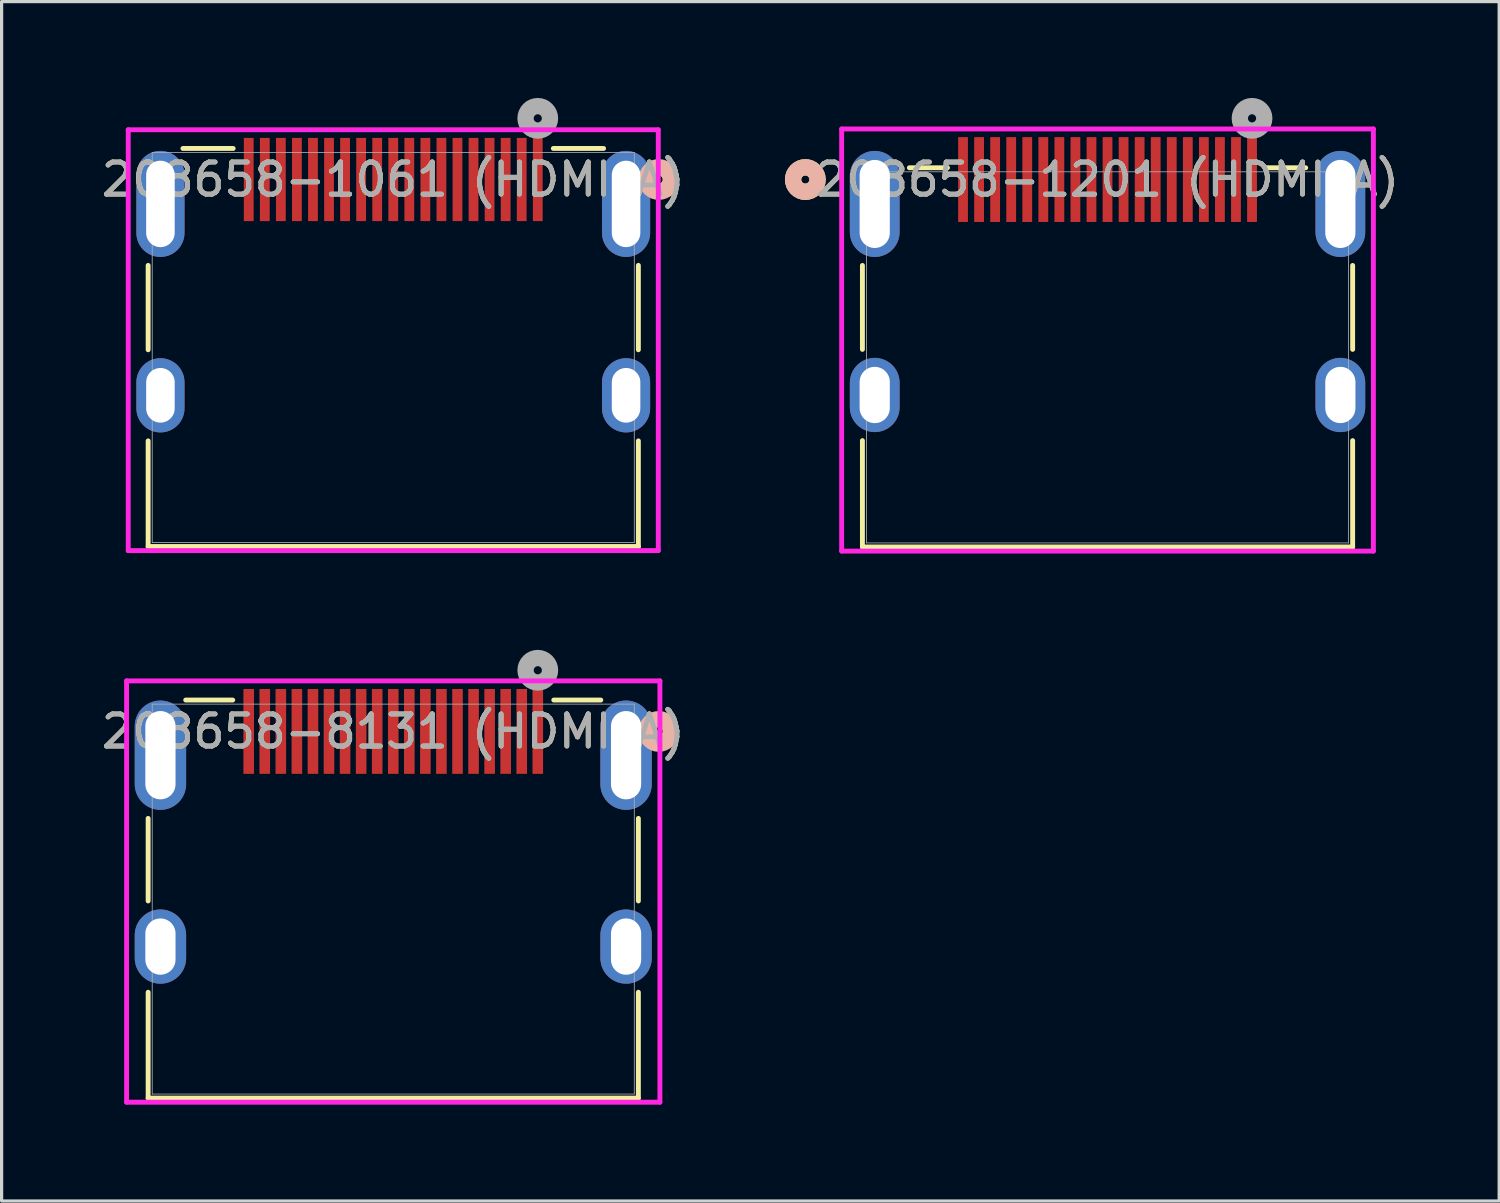
<source format=kicad_pcb>
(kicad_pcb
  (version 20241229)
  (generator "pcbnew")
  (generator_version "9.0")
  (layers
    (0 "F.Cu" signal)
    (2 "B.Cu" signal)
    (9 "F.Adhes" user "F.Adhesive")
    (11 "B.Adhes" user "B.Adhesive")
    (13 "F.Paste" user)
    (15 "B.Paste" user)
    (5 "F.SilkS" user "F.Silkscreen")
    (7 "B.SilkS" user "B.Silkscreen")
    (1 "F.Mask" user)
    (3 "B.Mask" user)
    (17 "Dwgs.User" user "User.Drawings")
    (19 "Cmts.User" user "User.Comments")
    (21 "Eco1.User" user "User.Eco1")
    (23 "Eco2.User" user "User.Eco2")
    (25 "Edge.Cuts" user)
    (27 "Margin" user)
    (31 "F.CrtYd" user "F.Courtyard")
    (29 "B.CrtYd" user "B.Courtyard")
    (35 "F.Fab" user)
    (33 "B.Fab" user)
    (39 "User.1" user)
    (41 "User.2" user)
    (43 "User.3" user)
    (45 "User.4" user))
  (footprint "208658-1061 (HDMI A)"
    (layer "F.Cu")
    (at 9.196 7.771)
    (property "Reference" "208658-1061 (HDMI A)" (at 0 -5.231 0) (unlocked yes) (layer "F.SilkS") (effects (font (size 1 1) (thickness 0.15))))
    (attr smd)
    (fp_line (start -7.633 -2.557) (end -7.633 0.071) (stroke (width 0.152) (type solid)) (layer "F.SilkS"))
    (fp_line (start -7.633 2.908) (end -7.633 6.198) (stroke (width 0.152) (type solid)) (layer "F.SilkS"))
    (fp_line (start -7.633 6.198) (end 7.633 6.198) (stroke (width 0.152) (type solid)) (layer "F.SilkS"))
    (fp_line (start -4.985 -6.198) (end -6.55 -6.198) (stroke (width 0.152) (type solid)) (layer "F.SilkS"))
    (fp_line (start 6.55 -6.198) (end 4.985 -6.198) (stroke (width 0.152) (type solid)) (layer "F.SilkS"))
    (fp_line (start 7.633 0.071) (end 7.633 -2.557) (stroke (width 0.152) (type solid)) (layer "F.SilkS"))
    (fp_line (start 7.633 6.198) (end 7.633 2.908) (stroke (width 0.152) (type solid)) (layer "F.SilkS"))
    (fp_arc (start 8.499556 -5.53293) (mid 8.609386 -5.399157) (end 8.6487 -5.230599) (stroke (width 0.508) (type solid)) (layer "F.SilkS"))
    (fp_arc (start 8.6487 -5.230599) (mid 8.61224 -5.067955) (end 8.509838 -4.936439) (stroke (width 0.508) (type solid)) (layer "F.SilkS"))
    (fp_circle (center 8.268 -5.231) (end 8.649 -5.231) (stroke (width 0.508) (type solid)) (fill no) (layer "B.SilkS"))
    (fp_line (start -8.253 -6.78) (end -8.253 6.325) (stroke (width 0.152) (type solid)) (layer "F.CrtYd"))
    (fp_line (start -8.253 6.325) (end 8.253 6.325) (stroke (width 0.152) (type solid)) (layer "F.CrtYd"))
    (fp_line (start 8.253 -6.78) (end -8.253 -6.78) (stroke (width 0.152) (type solid)) (layer "F.CrtYd"))
    (fp_line (start 8.253 6.325) (end 8.253 -6.78) (stroke (width 0.152) (type solid)) (layer "F.CrtYd"))
    (fp_line (start -7.506 -6.071) (end -7.506 6.071) (stroke (width 0.025) (type solid)) (layer "F.Fab"))
    (fp_line (start -7.506 6.071) (end 7.506 6.071) (stroke (width 0.025) (type solid)) (layer "F.Fab"))
    (fp_line (start 7.506 -6.071) (end -7.506 -6.071) (stroke (width 0.025) (type solid)) (layer "F.Fab"))
    (fp_line (start 7.506 6.071) (end 7.506 -6.071) (stroke (width 0.025) (type solid)) (layer "F.Fab"))
    (fp_circle (center 4.5 -7.136) (end 4.881 -7.136) (stroke (width 0.508) (type solid)) (fill no) (layer "F.Fab"))
    (fp_text user "${REFERENCE}" (at 0 -5.231 0) (unlocked yes) (layer "F.Fab") (effects (font (size 1 1) (thickness 0.15))))
    (pad "" np_thru_hole oval (at -7.25 -4.471) (size 1.499 3.302) (drill oval 0.889 2.692) (layers "*.Cu" "*.Mask"))
    (pad "" np_thru_hole oval (at -7.25 1.489) (size 1.499 2.311) (drill oval 0.889 1.702) (layers "*.Cu" "*.Mask"))
    (pad "" np_thru_hole oval (at 7.25 -4.471) (size 1.499 3.302) (drill oval 0.889 2.692) (layers "*.Cu" "*.Mask"))
    (pad "" np_thru_hole oval (at 7.25 1.489) (size 1.499 2.311) (drill oval 0.889 1.702) (layers "*.Cu" "*.Mask"))
    (pad "1" smd rect (at 4.5 -5.231) (size 0.305 2.591) (layers "F.Cu" "F.Mask" "F.Paste"))
    (pad "2" smd rect (at 4 -5.231) (size 0.305 2.591) (layers "F.Cu" "F.Mask" "F.Paste"))
    (pad "3" smd rect (at 3.5 -5.231) (size 0.305 2.591) (layers "F.Cu" "F.Mask" "F.Paste"))
    (pad "4" smd rect (at 3 -5.231) (size 0.305 2.591) (layers "F.Cu" "F.Mask" "F.Paste"))
    (pad "5" smd rect (at 2.5 -5.231) (size 0.305 2.591) (layers "F.Cu" "F.Mask" "F.Paste"))
    (pad "6" smd rect (at 2 -5.231) (size 0.305 2.591) (layers "F.Cu" "F.Mask" "F.Paste"))
    (pad "7" smd rect (at 1.5 -5.231) (size 0.305 2.591) (layers "F.Cu" "F.Mask" "F.Paste"))
    (pad "8" smd rect (at 1 -5.231) (size 0.305 2.591) (layers "F.Cu" "F.Mask" "F.Paste"))
    (pad "9" smd rect (at 0.5 -5.231) (size 0.305 2.591) (layers "F.Cu" "F.Mask" "F.Paste"))
    (pad "10" smd rect (at 0 -5.231) (size 0.305 2.591) (layers "F.Cu" "F.Mask" "F.Paste"))
    (pad "11" smd rect (at -0.5 -5.231) (size 0.305 2.591) (layers "F.Cu" "F.Mask" "F.Paste"))
    (pad "12" smd rect (at -1 -5.231) (size 0.305 2.591) (layers "F.Cu" "F.Mask" "F.Paste"))
    (pad "13" smd rect (at -1.5 -5.231) (size 0.305 2.591) (layers "F.Cu" "F.Mask" "F.Paste"))
    (pad "14" smd rect (at -2 -5.231) (size 0.305 2.591) (layers "F.Cu" "F.Mask" "F.Paste"))
    (pad "15" smd rect (at -2.5 -5.231) (size 0.305 2.591) (layers "F.Cu" "F.Mask" "F.Paste"))
    (pad "16" smd rect (at -3 -5.231) (size 0.305 2.591) (layers "F.Cu" "F.Mask" "F.Paste"))
    (pad "17" smd rect (at -3.5 -5.231) (size 0.305 2.591) (layers "F.Cu" "F.Mask" "F.Paste"))
    (pad "18" smd rect (at -4 -5.231) (size 0.305 2.591) (layers "F.Cu" "F.Mask" "F.Paste"))
    (pad "19" smd rect (at -4.5 -5.231) (size 0.305 2.591) (layers "F.Cu" "F.Mask" "F.Paste")))
  (footprint "208658-1201 (HDMI A)"
    (layer "F.Cu")
    (at 31.439 8.079)
    (property "Reference" "208658-1201 (HDMI A)" (at 0 -5.538 0) (unlocked yes) (layer "F.SilkS") (effects (font (size 1 1) (thickness 0.15))))
    (attr smd)
    (fp_line (start -7.633 -2.863) (end -7.633 -0.249) (stroke (width 0.152) (type solid)) (layer "F.SilkS"))
    (fp_line (start -7.633 2.592) (end -7.633 5.905) (stroke (width 0.152) (type solid)) (layer "F.SilkS"))
    (fp_line (start -7.633 5.905) (end 7.633 5.905) (stroke (width 0.152) (type solid)) (layer "F.SilkS"))
    (fp_line (start -4.985 -5.905) (end -6.171 -5.905) (stroke (width 0.152) (type solid)) (layer "F.SilkS"))
    (fp_line (start 6.171 -5.905) (end 4.985 -5.905) (stroke (width 0.152) (type solid)) (layer "F.SilkS"))
    (fp_line (start 7.633 -0.249) (end 7.633 -2.863) (stroke (width 0.152) (type solid)) (layer "F.SilkS"))
    (fp_line (start 7.633 5.905) (end 7.633 2.592) (stroke (width 0.152) (type solid)) (layer "F.SilkS"))
    (fp_circle (center -9.411 -5.538) (end -9.03 -5.538) (stroke (width 0.508) (type solid)) (fill no) (layer "F.SilkS"))
    (fp_circle (center -9.411 -5.538) (end -9.03 -5.538) (stroke (width 0.508) (type solid)) (fill no) (layer "B.SilkS"))
    (fp_line (start -8.279 -7.113) (end -8.279 6.032) (stroke (width 0.152) (type solid)) (layer "F.CrtYd"))
    (fp_line (start -8.279 6.032) (end 8.279 6.032) (stroke (width 0.152) (type solid)) (layer "F.CrtYd"))
    (fp_line (start 8.279 -7.113) (end -8.279 -7.113) (stroke (width 0.152) (type solid)) (layer "F.CrtYd"))
    (fp_line (start 8.279 6.032) (end 8.279 -7.113) (stroke (width 0.152) (type solid)) (layer "F.CrtYd"))
    (fp_line (start -7.506 -5.779) (end -7.506 5.779) (stroke (width 0.025) (type solid)) (layer "F.Fab"))
    (fp_line (start -7.506 5.779) (end 7.506 5.779) (stroke (width 0.025) (type solid)) (layer "F.Fab"))
    (fp_line (start 7.506 -5.779) (end -7.506 -5.779) (stroke (width 0.025) (type solid)) (layer "F.Fab"))
    (fp_line (start 7.506 5.779) (end 7.506 -5.779) (stroke (width 0.025) (type solid)) (layer "F.Fab"))
    (fp_circle (center 4.5 -7.444) (end 4.881 -7.444) (stroke (width 0.508) (type solid)) (fill no) (layer "F.Fab"))
    (fp_text user "${REFERENCE}" (at 0 -5.538 0) (unlocked yes) (layer "F.Fab") (effects (font (size 1 1) (thickness 0.15))))
    (pad "" np_thru_hole oval (at -7.25 -4.778) (size 1.549 3.302) (drill oval 0.94 2.743) (layers "*.Cu" "*.Mask"))
    (pad "" np_thru_hole oval (at -7.25 1.171) (size 1.549 2.311) (drill oval 0.94 1.753) (layers "*.Cu" "*.Mask"))
    (pad "" np_thru_hole oval (at 7.25 -4.778) (size 1.549 3.302) (drill oval 0.94 2.743) (layers "*.Cu" "*.Mask"))
    (pad "" np_thru_hole oval (at 7.25 1.171) (size 1.549 2.311) (drill oval 0.94 1.753) (layers "*.Cu" "*.Mask"))
    (pad "1" smd rect (at 4.5 -5.538) (size 0.305 2.642) (layers "F.Cu" "F.Mask" "F.Paste"))
    (pad "2" smd rect (at 4 -5.538) (size 0.305 2.642) (layers "F.Cu" "F.Mask" "F.Paste"))
    (pad "3" smd rect (at 3.5 -5.538) (size 0.305 2.642) (layers "F.Cu" "F.Mask" "F.Paste"))
    (pad "4" smd rect (at 3 -5.538) (size 0.305 2.642) (layers "F.Cu" "F.Mask" "F.Paste"))
    (pad "5" smd rect (at 2.5 -5.538) (size 0.305 2.642) (layers "F.Cu" "F.Mask" "F.Paste"))
    (pad "6" smd rect (at 2 -5.538) (size 0.305 2.642) (layers "F.Cu" "F.Mask" "F.Paste"))
    (pad "7" smd rect (at 1.5 -5.538) (size 0.305 2.642) (layers "F.Cu" "F.Mask" "F.Paste"))
    (pad "8" smd rect (at 1 -5.538) (size 0.305 2.642) (layers "F.Cu" "F.Mask" "F.Paste"))
    (pad "9" smd rect (at 0.5 -5.538) (size 0.305 2.642) (layers "F.Cu" "F.Mask" "F.Paste"))
    (pad "10" smd rect (at 0 -5.538) (size 0.305 2.642) (layers "F.Cu" "F.Mask" "F.Paste"))
    (pad "11" smd rect (at -0.5 -5.538) (size 0.305 2.642) (layers "F.Cu" "F.Mask" "F.Paste"))
    (pad "12" smd rect (at -1 -5.538) (size 0.305 2.642) (layers "F.Cu" "F.Mask" "F.Paste"))
    (pad "13" smd rect (at -1.5 -5.538) (size 0.305 2.642) (layers "F.Cu" "F.Mask" "F.Paste"))
    (pad "14" smd rect (at -2 -5.538) (size 0.305 2.642) (layers "F.Cu" "F.Mask" "F.Paste"))
    (pad "15" smd rect (at -2.5 -5.538) (size 0.305 2.642) (layers "F.Cu" "F.Mask" "F.Paste"))
    (pad "16" smd rect (at -3 -5.538) (size 0.305 2.642) (layers "F.Cu" "F.Mask" "F.Paste"))
    (pad "17" smd rect (at -3.5 -5.538) (size 0.305 2.642) (layers "F.Cu" "F.Mask" "F.Paste"))
    (pad "18" smd rect (at -4 -5.538) (size 0.305 2.642) (layers "F.Cu" "F.Mask" "F.Paste"))
    (pad "19" smd rect (at -4.5 -5.538) (size 0.305 2.642) (layers "F.Cu" "F.Mask" "F.Paste")))
  (footprint "208658-8131 (HDMI A)"
    (layer "F.Cu")
    (at 9.196 24.948)
    (property "Reference" "208658-8131 (HDMI A)" (at 0 -5.221 0) (unlocked yes) (layer "F.SilkS") (effects (font (size 1 1) (thickness 0.15))))
    (attr smd)
    (fp_line (start -7.633 -2.513) (end -7.633 0.058) (stroke (width 0.152) (type solid)) (layer "F.SilkS"))
    (fp_line (start -7.633 2.901) (end -7.633 6.198) (stroke (width 0.152) (type solid)) (layer "F.SilkS"))
    (fp_line (start -7.633 6.198) (end 7.633 6.198) (stroke (width 0.152) (type solid)) (layer "F.SilkS"))
    (fp_line (start -4.999 -6.198) (end -6.463 -6.198) (stroke (width 0.152) (type solid)) (layer "F.SilkS"))
    (fp_line (start 6.463 -6.198) (end 4.999 -6.198) (stroke (width 0.152) (type solid)) (layer "F.SilkS"))
    (fp_line (start 7.633 0.058) (end 7.633 -2.513) (stroke (width 0.152) (type solid)) (layer "F.SilkS"))
    (fp_line (start 7.633 6.198) (end 7.633 2.901) (stroke (width 0.152) (type solid)) (layer "F.SilkS"))
    (fp_arc (start 8.557865 -5.467511) (mid 8.625271 -5.352144) (end 8.6487 -5.2206) (stroke (width 0.508) (type solid)) (layer "F.SilkS"))
    (fp_arc (start 8.6487 -5.220599) (mid 8.626009 -5.091078) (end 8.560638 -4.976985) (stroke (width 0.508) (type solid)) (layer "F.SilkS"))
    (fp_circle (center 8.268 -5.221) (end 8.649 -5.221) (stroke (width 0.508) (type solid)) (fill no) (layer "B.SilkS"))
    (fp_line (start -8.304 -6.795) (end -8.304 6.325) (stroke (width 0.152) (type solid)) (layer "F.CrtYd"))
    (fp_line (start -8.304 6.325) (end 8.304 6.325) (stroke (width 0.152) (type solid)) (layer "F.CrtYd"))
    (fp_line (start 8.304 -6.795) (end -8.304 -6.795) (stroke (width 0.152) (type solid)) (layer "F.CrtYd"))
    (fp_line (start 8.304 6.325) (end 8.304 -6.795) (stroke (width 0.152) (type solid)) (layer "F.CrtYd"))
    (fp_line (start -7.506 -6.071) (end -7.506 6.071) (stroke (width 0.025) (type solid)) (layer "F.Fab"))
    (fp_line (start -7.506 6.071) (end 7.506 6.071) (stroke (width 0.025) (type solid)) (layer "F.Fab"))
    (fp_line (start 7.506 -6.071) (end -7.506 -6.071) (stroke (width 0.025) (type solid)) (layer "F.Fab"))
    (fp_line (start 7.506 6.071) (end 7.506 -6.071) (stroke (width 0.025) (type solid)) (layer "F.Fab"))
    (fp_circle (center 4.501 -7.126) (end 4.882 -7.126) (stroke (width 0.508) (type solid)) (fill no) (layer "F.Fab"))
    (fp_text user "${REFERENCE}" (at 0 -5.221 0) (unlocked yes) (layer "F.Fab") (effects (font (size 1 1) (thickness 0.15))))
    (pad "" np_thru_hole oval (at -7.25 1.479) (size 1.6 2.311) (drill oval 0.94 1.753) (layers "*.Cu" "*.Mask"))
    (pad "" np_thru_hole oval (at -7.25 -4.481) (size 1.6 3.404) (drill oval 0.94 2.75) (layers "*.Cu" "*.Mask"))
    (pad "" np_thru_hole oval (at 7.25 -4.481) (size 1.6 3.404) (drill oval 0.94 2.75) (layers "*.Cu" "*.Mask"))
    (pad "" np_thru_hole oval (at 7.25 1.479) (size 1.6 2.311) (drill oval 0.94 1.753) (layers "*.Cu" "*.Mask"))
    (pad "1" smd rect (at 4.501 -5.221) (size 0.33 2.642) (layers "F.Cu" "F.Mask" "F.Paste"))
    (pad "2" smd rect (at 4.001 -5.221) (size 0.33 2.642) (layers "F.Cu" "F.Mask" "F.Paste"))
    (pad "3" smd rect (at 3.501 -5.221) (size 0.33 2.642) (layers "F.Cu" "F.Mask" "F.Paste"))
    (pad "4" smd rect (at 3.001 -5.221) (size 0.33 2.642) (layers "F.Cu" "F.Mask" "F.Paste"))
    (pad "5" smd rect (at 2.501 -5.221) (size 0.33 2.642) (layers "F.Cu" "F.Mask" "F.Paste"))
    (pad "6" smd rect (at 2.001 -5.221) (size 0.33 2.642) (layers "F.Cu" "F.Mask" "F.Paste"))
    (pad "7" smd rect (at 1.5 -5.221) (size 0.33 2.642) (layers "F.Cu" "F.Mask" "F.Paste"))
    (pad "8" smd rect (at 1 -5.221) (size 0.33 2.642) (layers "F.Cu" "F.Mask" "F.Paste"))
    (pad "9" smd rect (at 0.5 -5.221) (size 0.33 2.642) (layers "F.Cu" "F.Mask" "F.Paste"))
    (pad "10" smd rect (at 0 -5.221) (size 0.33 2.642) (layers "F.Cu" "F.Mask" "F.Paste"))
    (pad "11" smd rect (at -0.5 -5.221) (size 0.33 2.642) (layers "F.Cu" "F.Mask" "F.Paste"))
    (pad "12" smd rect (at -1 -5.221) (size 0.33 2.642) (layers "F.Cu" "F.Mask" "F.Paste"))
    (pad "13" smd rect (at -1.5 -5.221) (size 0.33 2.642) (layers "F.Cu" "F.Mask" "F.Paste"))
    (pad "14" smd rect (at -2.001 -5.221) (size 0.33 2.642) (layers "F.Cu" "F.Mask" "F.Paste"))
    (pad "15" smd rect (at -2.501 -5.221) (size 0.33 2.642) (layers "F.Cu" "F.Mask" "F.Paste"))
    (pad "16" smd rect (at -3.001 -5.221) (size 0.33 2.642) (layers "F.Cu" "F.Mask" "F.Paste"))
    (pad "17" smd rect (at -3.501 -5.221) (size 0.33 2.642) (layers "F.Cu" "F.Mask" "F.Paste"))
    (pad "18" smd rect (at -4.001 -5.221) (size 0.33 2.642) (layers "F.Cu" "F.Mask" "F.Paste"))
    (pad "19" smd rect (at -4.501 -5.221) (size 0.33 2.642) (layers "F.Cu" "F.Mask" "F.Paste")))
  (gr_rect
    (start -3 -3)
    (end 43.635 34.349)
    (stroke (width 0.1) (type default))
    (fill no)
    (layer "Edge.Cuts")))
</source>
